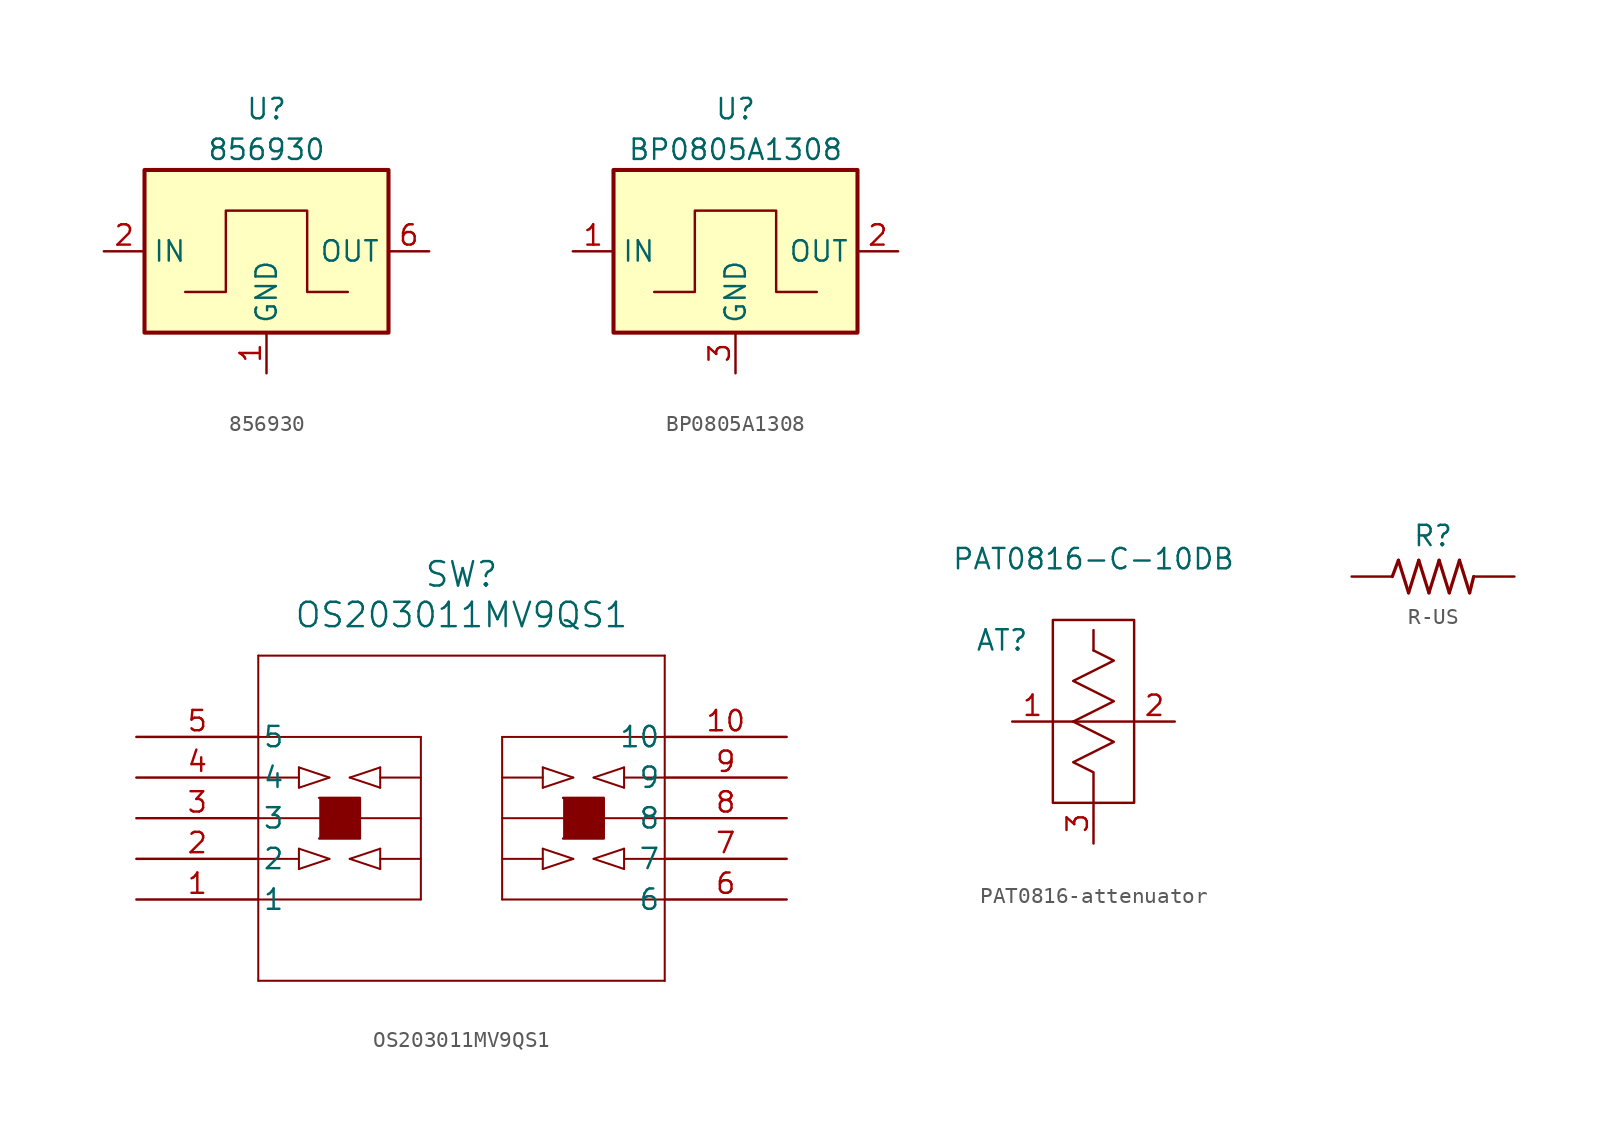
<source format=kicad_sym>
(kicad_symbol_lib
  (version 20231120)
  (generator "kicad_symbol_editor")
  (generator_version "8.0")
  (symbol "856930"
    (property "Reference" "U"
      (at 0 8.89 0)
      (effects (font (size 1.27 1.27))))
    (property "Value" "856930"
      (at 0 6.35 0)
      (effects (font (size 1.27 1.27))))
    (symbol "856930_0_1"
      (polyline (pts (xy 5.08 -2.54) (xy 2.54 -2.54) (xy 2.54 2.54) (xy -2.54 2.54) (xy -2.54 -2.54) (xy -5.08 -2.54)) (stroke (width 0) (type default)) (fill (type none))))
    (symbol "856930_1_1"
      (rectangle (start -7.62 5.08) (end 7.62 -5.08) (stroke (width 0.254) (type default)) (fill (type background)))
      (pin power_in line (at 0 -7.62 90) (length 2.54) (name "GND" (effects (font (size 1.27 1.27)))) (number "1" (effects (font (size 1.27 1.27)))))
      (pin passive line (at -10.16 0 0) (length 2.54) (name "IN" (effects (font (size 1.27 1.27)))) (number "2" (effects (font (size 1.27 1.27)))))
      (pin passive line (at 0 -7.62 90) (length 2.54) hide (name "GND" (effects (font (size 1.27 1.27)))) (number "3" (effects (font (size 1.27 1.27)))))
      (pin passive line (at 0 -7.62 90) (length 2.54) hide (name "GND" (effects (font (size 1.27 1.27)))) (number "4" (effects (font (size 1.27 1.27)))))
      (pin passive line (at 0 -7.62 90) (length 2.54) hide (name "GND" (effects (font (size 1.27 1.27)))) (number "5" (effects (font (size 1.27 1.27)))))
      (pin passive line (at 10.16 0 180) (length 2.54) (name "OUT" (effects (font (size 1.27 1.27)))) (number "6" (effects (font (size 1.27 1.27)))))
      (pin passive line (at 0 -7.62 90) (length 2.54) hide (name "GND" (effects (font (size 1.27 1.27)))) (number "7" (effects (font (size 1.27 1.27)))))
      (pin passive line (at 0 -7.62 90) (length 2.54) hide (name "GND" (effects (font (size 1.27 1.27)))) (number "8" (effects (font (size 1.27 1.27)))))))
  (symbol "BP0805A1308"
    (property "Reference" "U"
      (at 0 8.89 0)
      (effects (font (size 1.27 1.27))))
    (property "Value" "BP0805A1308"
      (at 0 6.35 0)
      (effects (font (size 1.27 1.27))))
    (symbol "BP0805A1308_0_1"
      (polyline (pts (xy 5.08 -2.54) (xy 2.54 -2.54) (xy 2.54 2.54) (xy -2.54 2.54) (xy -2.54 -2.54) (xy -5.08 -2.54)) (stroke (width 0) (type default)) (fill (type none))))
    (symbol "BP0805A1308_1_1"
      (rectangle (start -7.62 5.08) (end 7.62 -5.08) (stroke (width 0.254) (type default)) (fill (type background)))
      (pin passive line (at -10.16 0 0) (length 2.54) (name "IN" (effects (font (size 1.27 1.27)))) (number "1" (effects (font (size 1.27 1.27)))))
      (pin passive line (at 10.16 0 180) (length 2.54) (name "OUT" (effects (font (size 1.27 1.27)))) (number "2" (effects (font (size 1.27 1.27)))))
      (pin power_in line (at 0 -7.62 90) (length 2.54) (name "GND" (effects (font (size 1.27 1.27)))) (number "3" (effects (font (size 1.27 1.27)))))
      (pin power_in line (at 0 -7.62 90) (length 2.54) hide (name "GND" (effects (font (size 1.27 1.27)))) (number "4" (effects (font (size 1.27 1.27)))))))
  (symbol "OS203011MV9QS1"
    (pin_names
      (offset 0.254))
    (property "Reference" "SW"
      (at 20.32 10.16 0)
      (effects (font (size 1.524 1.524))))
    (property "Value" "OS203011MV9QS1"
      (at 20.32 7.62 0)
      (effects (font (size 1.524 1.524))))
    (property "ki_locked" ""
      (at 0 0 0)
      (effects (font (size 1.27 1.27))))
    (symbol "OS203011MV9QS1_0_1"
      (polyline (pts (xy 7.62 -15.24) (xy 33.02 -15.24)) (stroke (width 0.127) (type default)) (fill (type none)))
      (polyline (pts (xy 7.62 -7.62) (xy 10.16 -7.62)) (stroke (width 0.127) (type default)) (fill (type none)))
      (polyline (pts (xy 7.62 -2.54) (xy 10.16 -2.54)) (stroke (width 0.127) (type default)) (fill (type none)))
      (polyline (pts (xy 7.62 0) (xy 17.78 0)) (stroke (width 0.127) (type default)) (fill (type none)))
      (polyline (pts (xy 7.62 5.08) (xy 7.62 -15.24)) (stroke (width 0.127) (type default)) (fill (type none)))
      (polyline (pts (xy 10.16 -8.255) (xy 12.065 -7.62)) (stroke (width 0.127) (type default)) (fill (type none)))
      (polyline (pts (xy 10.16 -6.985) (xy 10.16 -8.255)) (stroke (width 0.127) (type default)) (fill (type none)))
      (polyline (pts (xy 10.16 -6.985) (xy 12.065 -7.62)) (stroke (width 0.127) (type default)) (fill (type none)))
      (polyline (pts (xy 10.16 -3.175) (xy 12.065 -2.54)) (stroke (width 0.127) (type default)) (fill (type none)))
      (polyline (pts (xy 10.16 -1.905) (xy 10.16 -3.175)) (stroke (width 0.127) (type default)) (fill (type none)))
      (polyline (pts (xy 10.16 -1.905) (xy 12.065 -2.54)) (stroke (width 0.127) (type default)) (fill (type none)))
      (polyline (pts (xy 11.43 -5.08) (xy 7.62 -5.08)) (stroke (width 0.127) (type default)) (fill (type none)))
      (polyline (pts (xy 13.335 -7.62) (xy 15.24 -6.985)) (stroke (width 0.127) (type default)) (fill (type none)))
      (polyline (pts (xy 13.335 -2.54) (xy 15.24 -1.905)) (stroke (width 0.127) (type default)) (fill (type none)))
      (polyline (pts (xy 15.24 -8.255) (xy 13.335 -7.62)) (stroke (width 0.127) (type default)) (fill (type none)))
      (polyline (pts (xy 15.24 -7.62) (xy 17.78 -7.62)) (stroke (width 0.127) (type default)) (fill (type none)))
      (polyline (pts (xy 15.24 -6.985) (xy 15.24 -8.255)) (stroke (width 0.127) (type default)) (fill (type none)))
      (polyline (pts (xy 15.24 -3.175) (xy 13.335 -2.54)) (stroke (width 0.127) (type default)) (fill (type none)))
      (polyline (pts (xy 15.24 -2.54) (xy 17.78 -2.54)) (stroke (width 0.127) (type default)) (fill (type none)))
      (polyline (pts (xy 15.24 -1.905) (xy 15.24 -3.175)) (stroke (width 0.127) (type default)) (fill (type none)))
      (polyline (pts (xy 17.78 -10.16) (xy 7.62 -10.16)) (stroke (width 0.127) (type default)) (fill (type none)))
      (polyline (pts (xy 17.78 -5.08) (xy 13.97 -5.08)) (stroke (width 0.127) (type default)) (fill (type none)))
      (polyline (pts (xy 17.78 0) (xy 17.78 -10.16)) (stroke (width 0.127) (type default)) (fill (type none)))
      (polyline (pts (xy 22.86 -10.16) (xy 33.02 -10.16)) (stroke (width 0.127) (type default)) (fill (type none)))
      (polyline (pts (xy 22.86 -7.62) (xy 25.4 -7.62)) (stroke (width 0.127) (type default)) (fill (type none)))
      (polyline (pts (xy 22.86 -5.08) (xy 26.67 -5.08)) (stroke (width 0.127) (type default)) (fill (type none)))
      (polyline (pts (xy 22.86 0) (xy 22.86 -10.16)) (stroke (width 0.127) (type default)) (fill (type none)))
      (polyline (pts (xy 25.4 -8.255) (xy 27.305 -7.62)) (stroke (width 0.127) (type default)) (fill (type none)))
      (polyline (pts (xy 25.4 -6.985) (xy 25.4 -8.255)) (stroke (width 0.127) (type default)) (fill (type none)))
      (polyline (pts (xy 25.4 -6.985) (xy 27.305 -7.62)) (stroke (width 0.127) (type default)) (fill (type none)))
      (polyline (pts (xy 25.4 -3.175) (xy 27.305 -2.54)) (stroke (width 0.127) (type default)) (fill (type none)))
      (polyline (pts (xy 25.4 -2.54) (xy 22.86 -2.54)) (stroke (width 0.127) (type default)) (fill (type none)))
      (polyline (pts (xy 25.4 -1.905) (xy 25.4 -3.175)) (stroke (width 0.127) (type default)) (fill (type none)))
      (polyline (pts (xy 25.4 -1.905) (xy 27.305 -2.54)) (stroke (width 0.127) (type default)) (fill (type none)))
      (polyline (pts (xy 28.575 -7.62) (xy 30.48 -6.985)) (stroke (width 0.127) (type default)) (fill (type none)))
      (polyline (pts (xy 28.575 -2.54) (xy 30.48 -1.905)) (stroke (width 0.127) (type default)) (fill (type none)))
      (polyline (pts (xy 29.21 -5.08) (xy 33.02 -5.08)) (stroke (width 0.127) (type default)) (fill (type none)))
      (polyline (pts (xy 30.48 -8.255) (xy 28.575 -7.62)) (stroke (width 0.127) (type default)) (fill (type none)))
      (polyline (pts (xy 30.48 -6.985) (xy 30.48 -8.255)) (stroke (width 0.127) (type default)) (fill (type none)))
      (polyline (pts (xy 30.48 -3.175) (xy 28.575 -2.54)) (stroke (width 0.127) (type default)) (fill (type none)))
      (polyline (pts (xy 30.48 -1.905) (xy 30.48 -3.175)) (stroke (width 0.127) (type default)) (fill (type none)))
      (polyline (pts (xy 33.02 -15.24) (xy 33.02 5.08)) (stroke (width 0.127) (type default)) (fill (type none)))
      (polyline (pts (xy 33.02 -7.62) (xy 30.48 -7.62)) (stroke (width 0.127) (type default)) (fill (type none)))
      (polyline (pts (xy 33.02 -2.54) (xy 30.48 -2.54)) (stroke (width 0.127) (type default)) (fill (type none)))
      (polyline (pts (xy 33.02 0) (xy 22.86 0)) (stroke (width 0.127) (type default)) (fill (type none)))
      (polyline (pts (xy 33.02 5.08) (xy 7.62 5.08)) (stroke (width 0.127) (type default)) (fill (type none)))
      (polyline (pts (xy 11.43 -3.81) (xy 13.97 -3.81) (xy 13.97 -6.35) (xy 11.43 -6.35)) (stroke (width 0) (type default)) (fill (type outline)))
      (polyline (pts (xy 26.67 -3.81) (xy 29.21 -3.81) (xy 29.21 -6.35) (xy 26.67 -6.35)) (stroke (width 0) (type default)) (fill (type outline)))
      (pin passive line (at 40.64 0 180) (length 7.62) (name "10" (effects (font (size 1.27 1.27)))) (number "10" (effects (font (size 1.27 1.27)))))
      (pin passive line (at 0 -5.08 0) (length 7.62) (name "3" (effects (font (size 1.27 1.27)))) (number "3" (effects (font (size 1.27 1.27)))))
      (pin passive line (at 40.64 -10.16 180) (length 7.62) (name "6" (effects (font (size 1.27 1.27)))) (number "6" (effects (font (size 1.27 1.27)))))
      (pin passive line (at 40.64 -7.62 180) (length 7.62) (name "7" (effects (font (size 1.27 1.27)))) (number "7" (effects (font (size 1.27 1.27)))))
      (pin passive line (at 40.64 -5.08 180) (length 7.62) (name "8" (effects (font (size 1.27 1.27)))) (number "8" (effects (font (size 1.27 1.27)))))
      (pin passive line (at 40.64 -2.54 180) (length 7.62) (name "9" (effects (font (size 1.27 1.27)))) (number "9" (effects (font (size 1.27 1.27))))))
    (symbol "OS203011MV9QS1_1_1"
      (pin passive line (at 0 -10.16 0) (length 7.62) (name "1" (effects (font (size 1.27 1.27)))) (number "1" (effects (font (size 1.27 1.27)))))
      (pin passive line (at 0 -7.62 0) (length 7.62) (name "2" (effects (font (size 1.27 1.27)))) (number "2" (effects (font (size 1.27 1.27)))))
      (pin passive line (at 0 -2.54 0) (length 7.62) (name "4" (effects (font (size 1.27 1.27)))) (number "4" (effects (font (size 1.27 1.27)))))
      (pin passive line (at 0 0 0) (length 7.62) (name "5" (effects (font (size 1.27 1.27)))) (number "5" (effects (font (size 1.27 1.27)))))))
  (symbol "PAT0816-attenuator"
    (property "Reference" "AT"
      (at -5.715 5.08 0)
      (effects (font (size 1.27 1.27))))
    (property "Value" "PAT0816-C-10DB"
      (at 0 10.16 0)
      (effects (font (size 1.27 1.27))))
    (symbol "PAT0816-attenuator_0_1"
      (rectangle (start -2.54 6.35) (end 2.54 -5.08) (stroke (width 0) (type default)) (fill (type none)))
      (polyline (pts (xy -2.54 0) (xy 2.54 0)) (stroke (width 0) (type default)) (fill (type none)))
      (polyline (pts (xy 0 4.445) (xy 0 5.715)) (stroke (width 0) (type default)) (fill (type none)))
      (polyline (pts (xy -1.27 0) (xy 1.27 -1.27) (xy -1.27 -2.54) (xy 0 -3.175) (xy 0 -5.08)) (stroke (width 0) (type default)) (fill (type none)))
      (polyline (pts (xy -1.27 0) (xy 1.27 1.27) (xy -1.27 2.54) (xy 1.27 3.81) (xy 0 4.445)) (stroke (width 0) (type default)) (fill (type none))))
    (symbol "PAT0816-attenuator_1_1"
      (pin passive line (at -5.08 0 0) (length 2.54) (name "" (effects (font (size 1.27 1.27)))) (number "1" (effects (font (size 1.27 1.27)))))
      (pin passive line (at 5.08 0 180) (length 2.54) (name "" (effects (font (size 1.27 1.27)))) (number "2" (effects (font (size 1.27 1.27)))))
      (pin power_in line (at 0 -7.62 90) (length 2.54) (name "" (effects (font (size 1.27 1.27)))) (number "3" (effects (font (size 1.27 1.27)))))))
  (symbol "R-US"
    (property "Reference" "R"
      (at 0 2.54 0)
      (effects (font (size 1.27 1.27))))
    (property "Value" ""
      (at 0 0 0)
      (effects (font (size 1.27 1.27))))
    (symbol "R-US_1_0"
      (polyline (pts (xy -2.54 0) (xy -2.159 1.016)) (stroke (width 0.203) (type default)) (fill (type none)))
      (polyline (pts (xy -2.159 1.016) (xy -1.524 -1.016)) (stroke (width 0.203) (type default)) (fill (type none)))
      (polyline (pts (xy -1.524 -1.016) (xy -0.889 1.016)) (stroke (width 0.203) (type default)) (fill (type none)))
      (polyline (pts (xy -0.889 1.016) (xy -0.254 -1.016)) (stroke (width 0.203) (type default)) (fill (type none)))
      (polyline (pts (xy -0.254 -1.016) (xy 0.381 1.016)) (stroke (width 0.203) (type default)) (fill (type none)))
      (polyline (pts (xy 0.381 1.016) (xy 1.016 -1.016)) (stroke (width 0.203) (type default)) (fill (type none)))
      (polyline (pts (xy 1.016 -1.016) (xy 1.651 1.016)) (stroke (width 0.203) (type default)) (fill (type none)))
      (polyline (pts (xy 1.651 1.016) (xy 2.286 -1.016)) (stroke (width 0.203) (type default)) (fill (type none)))
      (polyline (pts (xy 2.286 -1.016) (xy 2.54 0)) (stroke (width 0.203) (type default)) (fill (type none)))
      (pin passive line (at -5.08 0 0) (length 2.54) (name "1" (effects (font (size 0 0)))) (number "1" (effects (font (size 0 0)))))
      (pin passive line (at 5.08 0 180) (length 2.54) (name "2" (effects (font (size 0 0)))) (number "2" (effects (font (size 0 0))))))))
</source>
